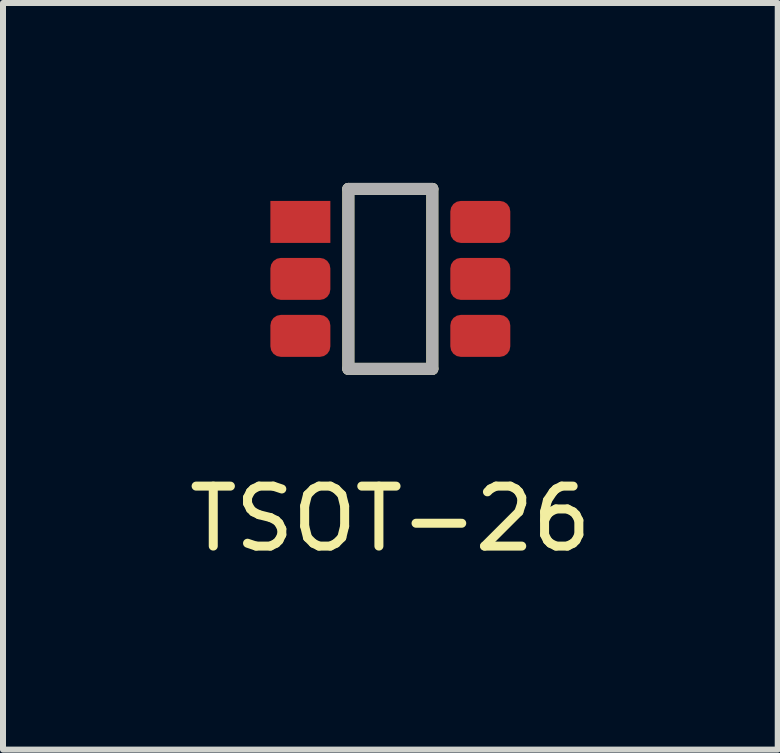
<source format=kicad_pcb>
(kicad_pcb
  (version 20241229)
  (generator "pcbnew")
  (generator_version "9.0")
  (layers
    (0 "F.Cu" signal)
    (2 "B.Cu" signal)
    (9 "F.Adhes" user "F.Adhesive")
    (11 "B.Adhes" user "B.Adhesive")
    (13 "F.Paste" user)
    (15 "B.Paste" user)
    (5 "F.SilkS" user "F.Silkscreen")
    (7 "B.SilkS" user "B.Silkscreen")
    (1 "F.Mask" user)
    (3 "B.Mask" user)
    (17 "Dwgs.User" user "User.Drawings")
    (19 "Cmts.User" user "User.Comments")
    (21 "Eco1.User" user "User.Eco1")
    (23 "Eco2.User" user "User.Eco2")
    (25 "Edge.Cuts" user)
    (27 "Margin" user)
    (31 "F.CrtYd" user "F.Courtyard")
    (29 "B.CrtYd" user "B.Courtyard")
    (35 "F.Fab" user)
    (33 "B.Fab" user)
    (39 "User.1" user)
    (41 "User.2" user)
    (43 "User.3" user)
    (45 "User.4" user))
  (footprint "TSOT-26"
    (layer "F.Cu")
    (at 3.458 1.6)
    (property "Reference" "TSOT-26" (at 0 4 0) (layer "F.SilkS") (effects (font (size 1 1) (thickness 0.15))))
    (attr through_hole)
    (fp_line (start -0.7 -1.5) (end -0.7 1.5) (stroke (width 0.2) (type solid)) (layer "F.SilkS"))
    (fp_line (start -0.7 -1.5) (end 0.7 -1.5) (stroke (width 0.2) (type solid)) (layer "F.SilkS"))
    (fp_line (start -0.7 1.5) (end 0.7 1.5) (stroke (width 0.2) (type solid)) (layer "F.SilkS"))
    (fp_line (start 0.7 -1.5) (end 0.7 1.5) (stroke (width 0.2) (type solid)) (layer "F.SilkS"))
    (fp_line (start -0.7 -1.5) (end -0.7 1.5) (stroke (width 0.2) (type solid)) (layer "F.Fab"))
    (fp_line (start -0.7 -1.5) (end 0.7 -1.5) (stroke (width 0.2) (type solid)) (layer "F.Fab"))
    (fp_line (start -0.7 1.5) (end 0.7 1.5) (stroke (width 0.2) (type solid)) (layer "F.Fab"))
    (fp_line (start 0.7 -1.5) (end 0.7 1.5) (stroke (width 0.2) (type solid)) (layer "F.Fab"))
    (pad "1" smd rect (at -1.5 -0.95) (size 1 0.7) (layers "F.Cu" "F.Mask" "F.Paste"))
    (pad "2" smd roundrect (at -1.5 0) (size 1 0.7) (layers "F.Cu" "F.Mask" "F.Paste") (roundrect_rratio 0.25))
    (pad "3" smd roundrect (at -1.5 0.95) (size 1 0.7) (layers "F.Cu" "F.Mask" "F.Paste") (roundrect_rratio 0.25))
    (pad "4" smd roundrect (at 1.5 0.95) (size 1 0.7) (layers "F.Cu" "F.Mask" "F.Paste") (roundrect_rratio 0.25))
    (pad "5" smd roundrect (at 1.5 0) (size 1 0.7) (layers "F.Cu" "F.Mask" "F.Paste") (roundrect_rratio 0.25))
    (pad "6" smd roundrect (at 1.5 -0.95) (size 1 0.7) (layers "F.Cu" "F.Mask" "F.Paste") (roundrect_rratio 0.25)))
  (gr_rect
    (start -3 -3)
    (end 9.917 9.448)
    (stroke (width 0.1) (type default))
    (fill no)
    (layer "Edge.Cuts")))
</source>
